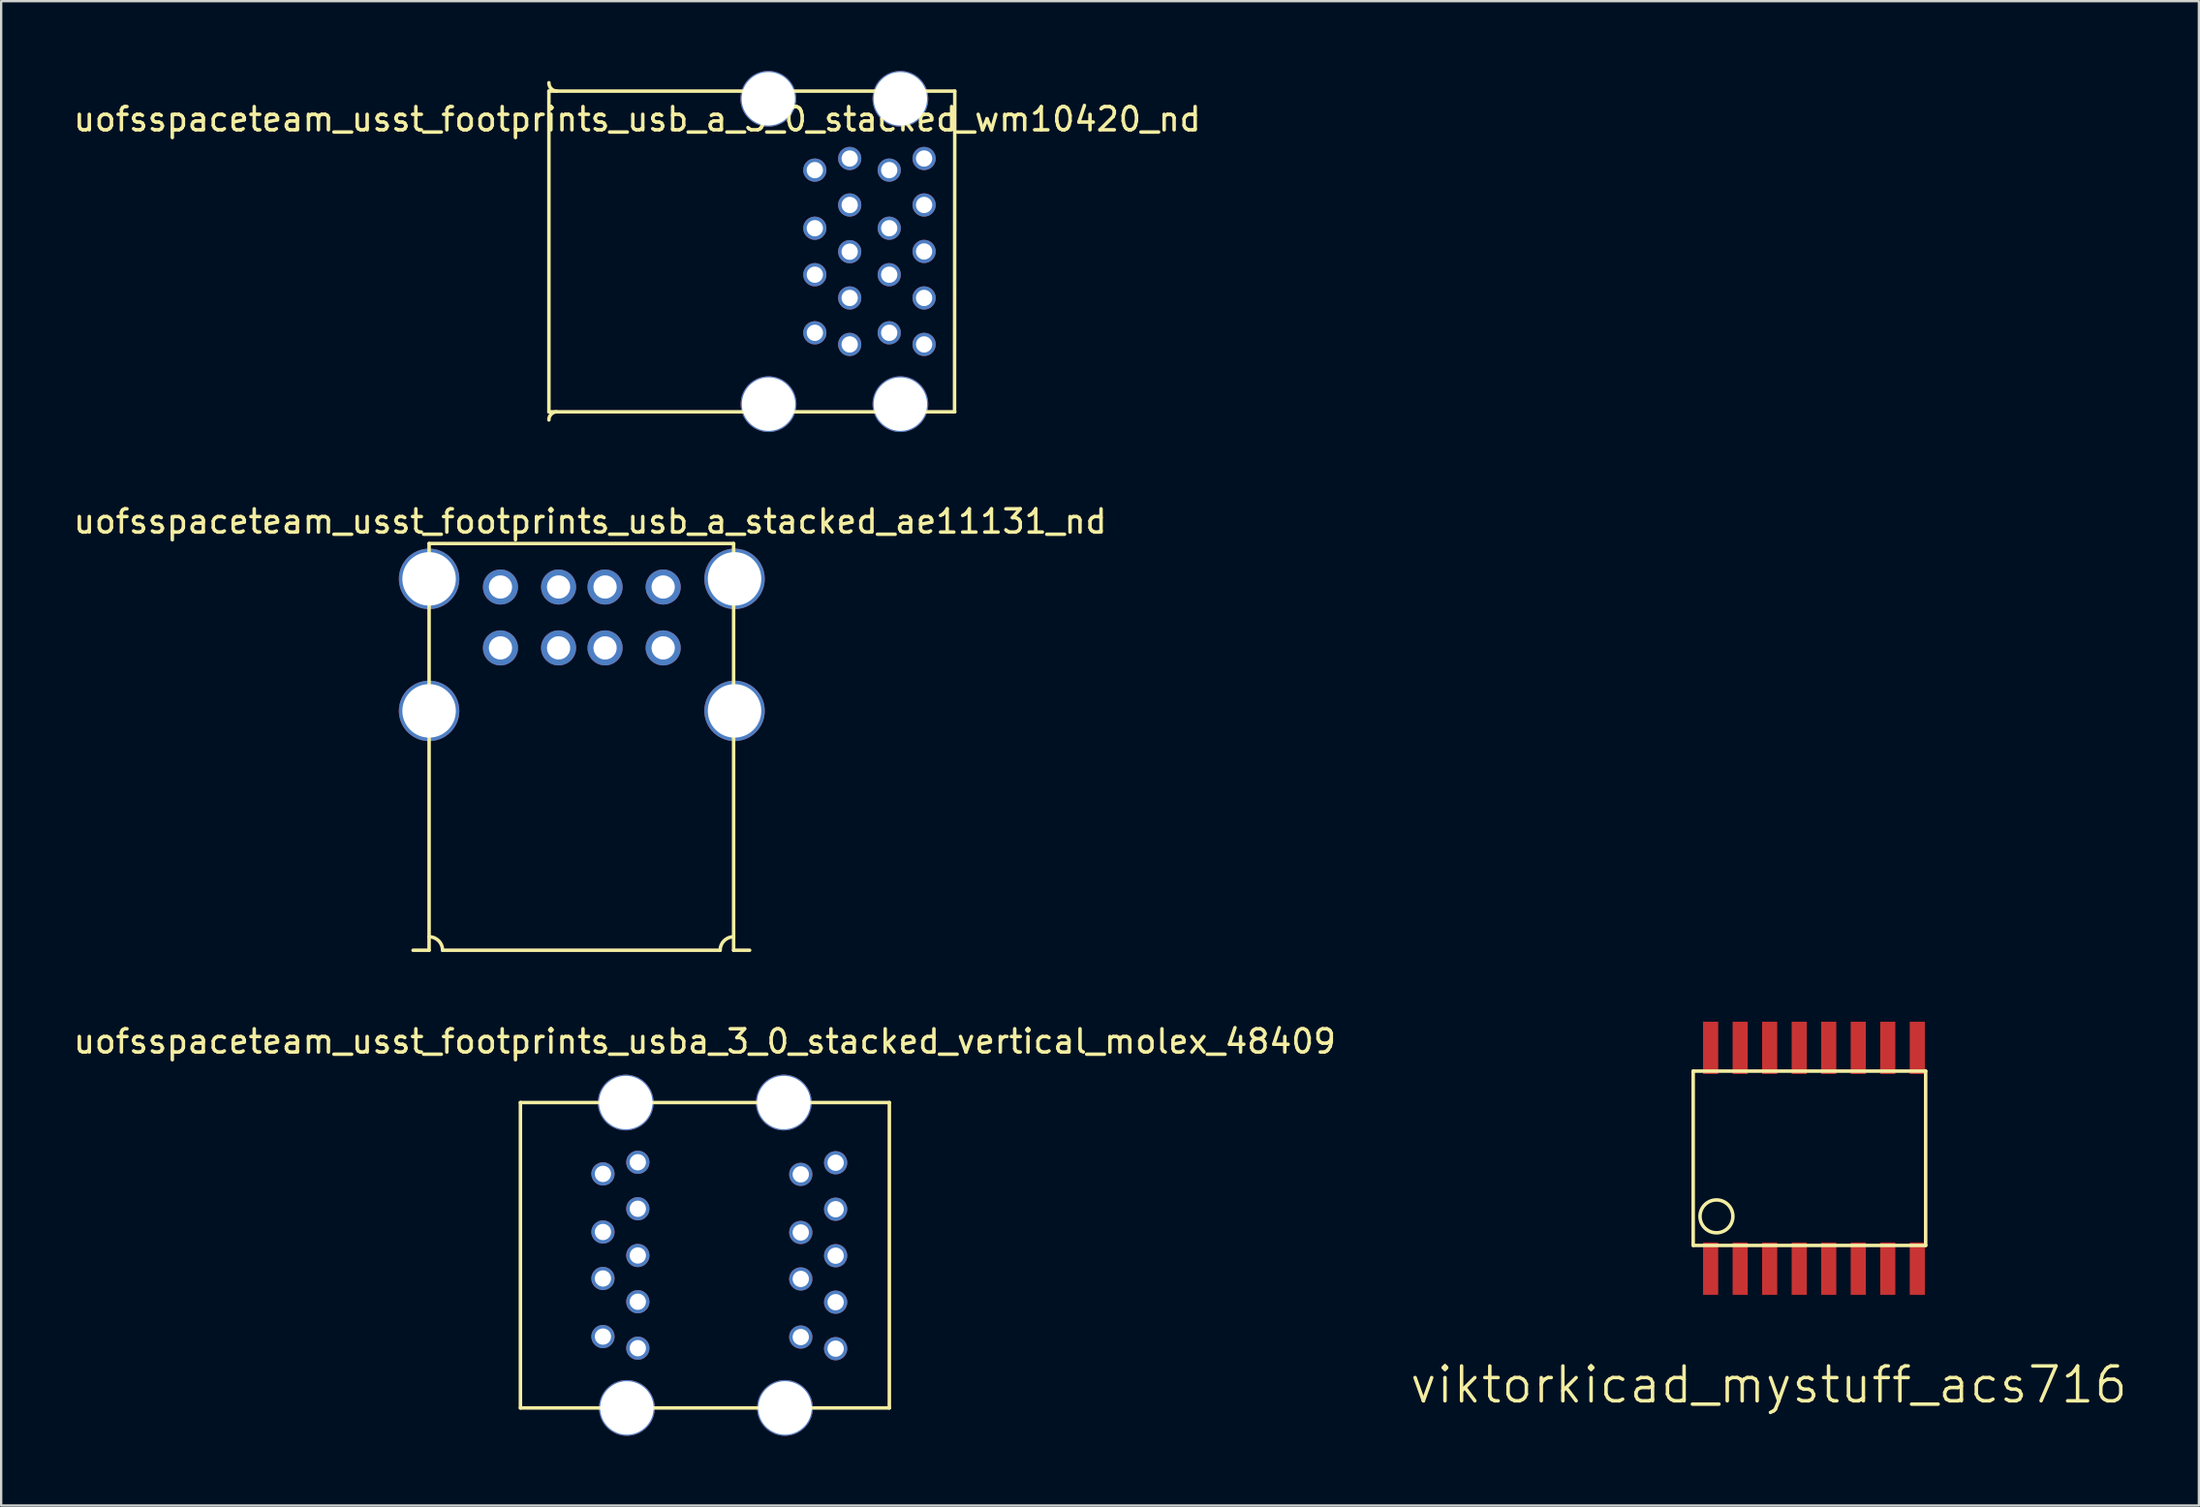
<source format=kicad_pcb>
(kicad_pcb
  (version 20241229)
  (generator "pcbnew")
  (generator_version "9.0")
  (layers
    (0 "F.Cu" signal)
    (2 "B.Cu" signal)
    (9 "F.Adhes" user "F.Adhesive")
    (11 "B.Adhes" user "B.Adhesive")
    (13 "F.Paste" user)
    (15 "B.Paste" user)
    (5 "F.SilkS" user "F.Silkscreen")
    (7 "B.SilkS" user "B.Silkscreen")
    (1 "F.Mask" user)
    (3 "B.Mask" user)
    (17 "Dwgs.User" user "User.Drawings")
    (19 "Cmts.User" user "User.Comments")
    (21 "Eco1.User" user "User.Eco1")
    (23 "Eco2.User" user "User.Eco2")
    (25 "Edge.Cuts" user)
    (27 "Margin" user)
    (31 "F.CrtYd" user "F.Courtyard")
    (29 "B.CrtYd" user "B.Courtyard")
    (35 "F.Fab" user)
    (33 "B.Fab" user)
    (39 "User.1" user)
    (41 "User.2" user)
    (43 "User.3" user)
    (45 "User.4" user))
  (footprint "viktorkicad_mystuff_acs716"
    (layer "F.Cu")
    (at 74.789 46.788)
    (property "Reference" "viktorkicad_mystuff_acs716" (at -1.75 9.75 0) (layer "F.SilkS") (effects (font (size 1.5 1.5) (thickness 0.15))))
    (attr through_hole)
    (fp_line (start -5 -3.75) (end 5 -3.75) (stroke (width 0.15) (type solid)) (layer "F.SilkS"))
    (fp_line (start -5 3.75) (end -5 -3.75) (stroke (width 0.15) (type solid)) (layer "F.SilkS"))
    (fp_line (start 5 -3.75) (end 5 3.75) (stroke (width 0.15) (type solid)) (layer "F.SilkS"))
    (fp_line (start 5 3.75) (end -5 3.75) (stroke (width 0.15) (type solid)) (layer "F.SilkS"))
    (fp_circle (center -4 2.5) (end -3.5 3) (stroke (width 0.15) (type solid)) (fill no) (layer "F.SilkS"))
    (pad "1" smd rect (at -4.25 4.75) (size 0.65 2.25) (layers "F.Cu" "F.Mask" "F.Paste"))
    (pad "2" smd rect (at -2.98 4.75) (size 0.65 2.25) (layers "F.Cu" "F.Mask" "F.Paste"))
    (pad "3" smd rect (at -1.71 4.75) (size 0.65 2.25) (layers "F.Cu" "F.Mask" "F.Paste"))
    (pad "4" smd rect (at -0.44 4.75) (size 0.65 2.25) (layers "F.Cu" "F.Mask" "F.Paste"))
    (pad "5" smd rect (at 0.83 4.75) (size 0.65 2.25) (layers "F.Cu" "F.Mask" "F.Paste"))
    (pad "6" smd rect (at 2.1 4.75) (size 0.65 2.25) (layers "F.Cu" "F.Mask" "F.Paste"))
    (pad "7" smd rect (at 3.37 4.75) (size 0.65 2.25) (layers "F.Cu" "F.Mask" "F.Paste"))
    (pad "8" smd rect (at 4.64 4.75) (size 0.65 2.25) (layers "F.Cu" "F.Mask" "F.Paste"))
    (pad "9" smd rect (at 4.64 -4.75) (size 0.65 2.25) (layers "F.Cu" "F.Mask" "F.Paste"))
    (pad "10" smd rect (at 3.37 -4.75) (size 0.65 2.25) (layers "F.Cu" "F.Mask" "F.Paste"))
    (pad "11" smd rect (at 2.1 -4.75) (size 0.65 2.25) (layers "F.Cu" "F.Mask" "F.Paste"))
    (pad "12" smd rect (at 0.83 -4.75) (size 0.65 2.25) (layers "F.Cu" "F.Mask" "F.Paste"))
    (pad "13" smd rect (at -0.44 -4.75) (size 0.65 2.25) (layers "F.Cu" "F.Mask" "F.Paste"))
    (pad "14" smd rect (at -1.71 -4.75) (size 0.65 2.25) (layers "F.Cu" "F.Mask" "F.Paste"))
    (pad "15" smd rect (at -2.98 -4.75) (size 0.65 2.25) (layers "F.Cu" "F.Mask" "F.Paste"))
    (pad "16" smd rect (at -4.25 -4.75) (size 0.65 2.25) (layers "F.Cu" "F.Mask" "F.Paste")))
  (footprint "uofsspaceteam_usst_footprints_usba_3_0_stacked_vertical_molex_48409"
    (layer "F.Cu")
    (at 27.268 50.971)
    (property "Reference" "uofsspaceteam_usst_footprints_usba_3_0_stacked_vertical_molex_48409" (at 0 -9.21 0) (layer "F.SilkS") (effects (font (size 1 1) (thickness 0.15))))
    (attr through_hole)
    (fp_line (start -7.93 -6.58) (end -7.93 6.56) (stroke (width 0.15) (type solid)) (layer "F.SilkS"))
    (fp_line (start -7.93 6.56) (end 7.94 6.56) (stroke (width 0.15) (type solid)) (layer "F.SilkS"))
    (fp_line (start 7.94 -6.58) (end -7.93 -6.58) (stroke (width 0.15) (type solid)) (layer "F.SilkS"))
    (fp_line (start 7.94 6.56) (end 7.94 -6.58) (stroke (width 0.15) (type solid)) (layer "F.SilkS"))
    (pad "" thru_hole circle (at -3.4 -6.58) (size 2.4 2.4) (drill 2.3) (layers "*.Cu" "*.Mask"))
    (pad "" thru_hole circle (at -3.35 6.56) (size 2.4 2.4) (drill 2.3) (layers "*.Cu" "*.Mask"))
    (pad "" thru_hole circle (at 3.4 -6.58) (size 2.4 2.4) (drill 2.3) (layers "*.Cu" "*.Mask"))
    (pad "" thru_hole circle (at 3.45 6.56) (size 2.4 2.4) (drill 2.3) (layers "*.Cu" "*.Mask"))
    (pad "1" thru_hole circle (at -4.38 -3.51) (size 1 1) (drill 0.7) (layers "*.Cu" "*.Mask"))
    (pad "2" thru_hole circle (at -4.38 -1.01) (size 1 1) (drill 0.7) (layers "*.Cu" "*.Mask"))
    (pad "3" thru_hole circle (at -4.38 0.99) (size 1 1) (drill 0.7) (layers "*.Cu" "*.Mask"))
    (pad "4" thru_hole circle (at -4.38 3.49) (size 1 1) (drill 0.7) (layers "*.Cu" "*.Mask"))
    (pad "5" thru_hole circle (at -2.88 3.99) (size 1 1) (drill 0.7) (layers "*.Cu" "*.Mask"))
    (pad "6" thru_hole circle (at -2.88 1.99) (size 1 1) (drill 0.7) (layers "*.Cu" "*.Mask"))
    (pad "7" thru_hole circle (at -2.88 0) (size 1 1) (drill 0.7) (layers "*.Cu" "*.Mask"))
    (pad "8" thru_hole circle (at -2.88 -2.01) (size 1 1) (drill 0.7) (layers "*.Cu" "*.Mask"))
    (pad "9" thru_hole circle (at -2.88 -4.01) (size 1 1) (drill 0.7) (layers "*.Cu" "*.Mask"))
    (pad "10" thru_hole circle (at 4.13 -3.49) (size 1 1) (drill 0.7) (layers "*.Cu" "*.Mask"))
    (pad "11" thru_hole circle (at 4.13 -0.99) (size 1 1) (drill 0.7) (layers "*.Cu" "*.Mask"))
    (pad "12" thru_hole circle (at 4.13 1.01) (size 1 1) (drill 0.7) (layers "*.Cu" "*.Mask"))
    (pad "13" thru_hole circle (at 4.13 3.51) (size 1 1) (drill 0.7) (layers "*.Cu" "*.Mask"))
    (pad "14" thru_hole circle (at 5.63 4.01) (size 1 1) (drill 0.7) (layers "*.Cu" "*.Mask"))
    (pad "15" thru_hole circle (at 5.63 2.01) (size 1 1) (drill 0.7) (layers "*.Cu" "*.Mask"))
    (pad "16" thru_hole circle (at 5.63 0.01) (size 1 1) (drill 0.7) (layers "*.Cu" "*.Mask"))
    (pad "17" thru_hole circle (at 5.63 -1.99) (size 1 1) (drill 0.7) (layers "*.Cu" "*.Mask"))
    (pad "18" thru_hole circle (at 5.63 -3.99) (size 1 1) (drill 0.7) (layers "*.Cu" "*.Mask")))
  (footprint "uofsspaceteam_usst_footprints_usb_a_stacked_ae11131_nd"
    (layer "F.Cu")
    (at 21.769 23.258)
    (property "Reference" "uofsspaceteam_usst_footprints_usb_a_stacked_ae11131_nd" (at 0.57 -3.87 0) (layer "F.SilkS") (effects (font (size 1 1) (thickness 0.15))))
    (attr through_hole)
    (fp_line (start -6.36 -2.92) (end -6.36 4.28) (stroke (width 0.15) (type solid)) (layer "F.SilkS"))
    (fp_line (start -6.36 4.28) (end -6.36 14.58) (stroke (width 0.15) (type solid)) (layer "F.SilkS"))
    (fp_line (start -6.36 14.58) (end -7.05 14.58) (stroke (width 0.15) (type solid)) (layer "F.SilkS"))
    (fp_line (start 6.16 14.58) (end -5.78 14.58) (stroke (width 0.15) (type solid)) (layer "F.SilkS"))
    (fp_line (start 6.74 -2.92) (end -6.36 -2.92) (stroke (width 0.15) (type solid)) (layer "F.SilkS"))
    (fp_line (start 6.74 4.28) (end 6.74 -2.92) (stroke (width 0.15) (type solid)) (layer "F.SilkS"))
    (fp_line (start 6.74 14.58) (end 6.74 4.28) (stroke (width 0.15) (type solid)) (layer "F.SilkS"))
    (fp_line (start 6.74 14.58) (end 7.43 14.58) (stroke (width 0.15) (type solid)) (layer "F.SilkS"))
    (fp_arc (start -6.36 14) (mid -5.949878 14.169878) (end -5.78 14.58) (stroke (width 0.15) (type solid)) (layer "F.SilkS"))
    (fp_arc (start 6.16 14.58) (mid 6.329878 14.169878) (end 6.74 14) (stroke (width 0.15) (type solid)) (layer "F.SilkS"))
    (pad "" thru_hole circle (at -6.36 -1.4) (size 2.6 2.6) (drill 2.3) (layers "*.Cu" "*.Mask"))
    (pad "" thru_hole circle (at -6.36 4.28) (size 2.6 2.6) (drill 2.3) (layers "*.Cu" "*.Mask"))
    (pad "" thru_hole circle (at 6.78 -1.4) (size 2.6 2.6) (drill 2.3) (layers "*.Cu" "*.Mask"))
    (pad "" thru_hole circle (at 6.78 4.28) (size 2.6 2.6) (drill 2.3) (layers "*.Cu" "*.Mask"))
    (pad "1" thru_hole circle (at -3.29 -1.05) (size 1.508 1.508) (drill 1) (layers "*.Cu" "*.Mask"))
    (pad "2" thru_hole circle (at -0.79 -1.05) (size 1.508 1.508) (drill 1) (layers "*.Cu" "*.Mask"))
    (pad "3" thru_hole circle (at 1.21 -1.05) (size 1.508 1.508) (drill 1) (layers "*.Cu" "*.Mask"))
    (pad "4" thru_hole circle (at 3.71 -1.05) (size 1.508 1.508) (drill 1) (layers "*.Cu" "*.Mask"))
    (pad "5" thru_hole circle (at -3.29 1.57) (size 1.508 1.508) (drill 1) (layers "*.Cu" "*.Mask"))
    (pad "6" thru_hole circle (at -0.79 1.57) (size 1.508 1.508) (drill 1) (layers "*.Cu" "*.Mask"))
    (pad "7" thru_hole circle (at 1.21 1.57) (size 1.508 1.508) (drill 1) (layers "*.Cu" "*.Mask"))
    (pad "8" thru_hole circle (at 3.71 1.57) (size 1.508 1.508) (drill 1) (layers "*.Cu" "*.Mask")))
  (footprint "uofsspaceteam_usst_footprints_usb_a_3_0_stacked_wm10420_nd"
    (layer "F.Cu")
    (at 34.503 7.2)
    (property "Reference" "uofsspaceteam_usst_footprints_usb_a_3_0_stacked_wm10420_nd" (at -10.14 -5.12 0) (layer "F.SilkS") (effects (font (size 1 1) (thickness 0.15))))
    (attr through_hole)
    (fp_line (start -13.94 -6.33) (end -13.94 7.47) (stroke (width 0.15) (type solid)) (layer "F.SilkS"))
    (fp_line (start -13.94 7.47) (end 3.52 7.47) (stroke (width 0.15) (type solid)) (layer "F.SilkS"))
    (fp_line (start 3.51 7.47) (end 3.52 -6.33) (stroke (width 0.15) (type solid)) (layer "F.SilkS"))
    (fp_line (start 3.52 -6.33) (end -13.94 -6.33) (stroke (width 0.15) (type solid)) (layer "F.SilkS"))
    (fp_arc (start -13.94 7.82) (mid -13.847487 7.576655) (end -13.61 7.47) (stroke (width 0.15) (type solid)) (layer "F.SilkS"))
    (fp_arc (start -13.6 -6.33) (mid -13.844558 -6.439584) (end -13.94 -6.69) (stroke (width 0.15) (type solid)) (layer "F.SilkS"))
    (pad "" thru_hole circle (at -4.5 -6) (size 2.4 2.4) (drill 2.3) (layers "*.Cu" "*.Mask"))
    (pad "" thru_hole circle (at -4.49 7.14) (size 2.4 2.4) (drill 2.3) (layers "*.Cu" "*.Mask"))
    (pad "" thru_hole circle (at 1.18 -6) (size 2.4 2.4) (drill 2.3) (layers "*.Cu" "*.Mask"))
    (pad "" thru_hole circle (at 1.18 7.14) (size 2.4 2.4) (drill 2.3) (layers "*.Cu" "*.Mask"))
    (pad "1" thru_hole circle (at -2.5 -2.93) (size 1 1) (drill 0.7) (layers "*.Cu" "*.Mask"))
    (pad "2" thru_hole circle (at -2.5 -0.43) (size 1 1) (drill 0.7) (layers "*.Cu" "*.Mask"))
    (pad "3" thru_hole circle (at -2.5 1.57) (size 1 1) (drill 0.7) (layers "*.Cu" "*.Mask"))
    (pad "4" thru_hole circle (at -2.5 4.07) (size 1 1) (drill 0.7) (layers "*.Cu" "*.Mask"))
    (pad "5" thru_hole circle (at -1 4.57) (size 1 1) (drill 0.7) (layers "*.Cu" "*.Mask"))
    (pad "6" thru_hole circle (at -1 2.57) (size 1 1) (drill 0.7) (layers "*.Cu" "*.Mask"))
    (pad "7" thru_hole circle (at -1 0.58) (size 1 1) (drill 0.7) (layers "*.Cu" "*.Mask"))
    (pad "8" thru_hole circle (at -1 -1.43) (size 1 1) (drill 0.7) (layers "*.Cu" "*.Mask"))
    (pad "9" thru_hole circle (at -1 -3.43) (size 1 1) (drill 0.7) (layers "*.Cu" "*.Mask"))
    (pad "10" thru_hole circle (at 0.7 -2.93) (size 1 1) (drill 0.7) (layers "*.Cu" "*.Mask"))
    (pad "11" thru_hole circle (at 0.7 -0.43) (size 1 1) (drill 0.7) (layers "*.Cu" "*.Mask"))
    (pad "12" thru_hole circle (at 0.7 1.57) (size 1 1) (drill 0.7) (layers "*.Cu" "*.Mask"))
    (pad "13" thru_hole circle (at 0.7 4.07) (size 1 1) (drill 0.7) (layers "*.Cu" "*.Mask"))
    (pad "14" thru_hole circle (at 2.2 4.57) (size 1 1) (drill 0.7) (layers "*.Cu" "*.Mask"))
    (pad "15" thru_hole circle (at 2.2 2.57) (size 1 1) (drill 0.7) (layers "*.Cu" "*.Mask"))
    (pad "16" thru_hole circle (at 2.2 0.57) (size 1 1) (drill 0.7) (layers "*.Cu" "*.Mask"))
    (pad "17" thru_hole circle (at 2.2 -1.43) (size 1 1) (drill 0.7) (layers "*.Cu" "*.Mask"))
    (pad "18" thru_hole circle (at 2.2 -3.43) (size 1 1) (drill 0.7) (layers "*.Cu" "*.Mask")))
  (gr_rect
    (start -3 -3)
    (end 91.543 61.731)
    (stroke (width 0.1) (type default))
    (fill no)
    (layer "Edge.Cuts")))
</source>
